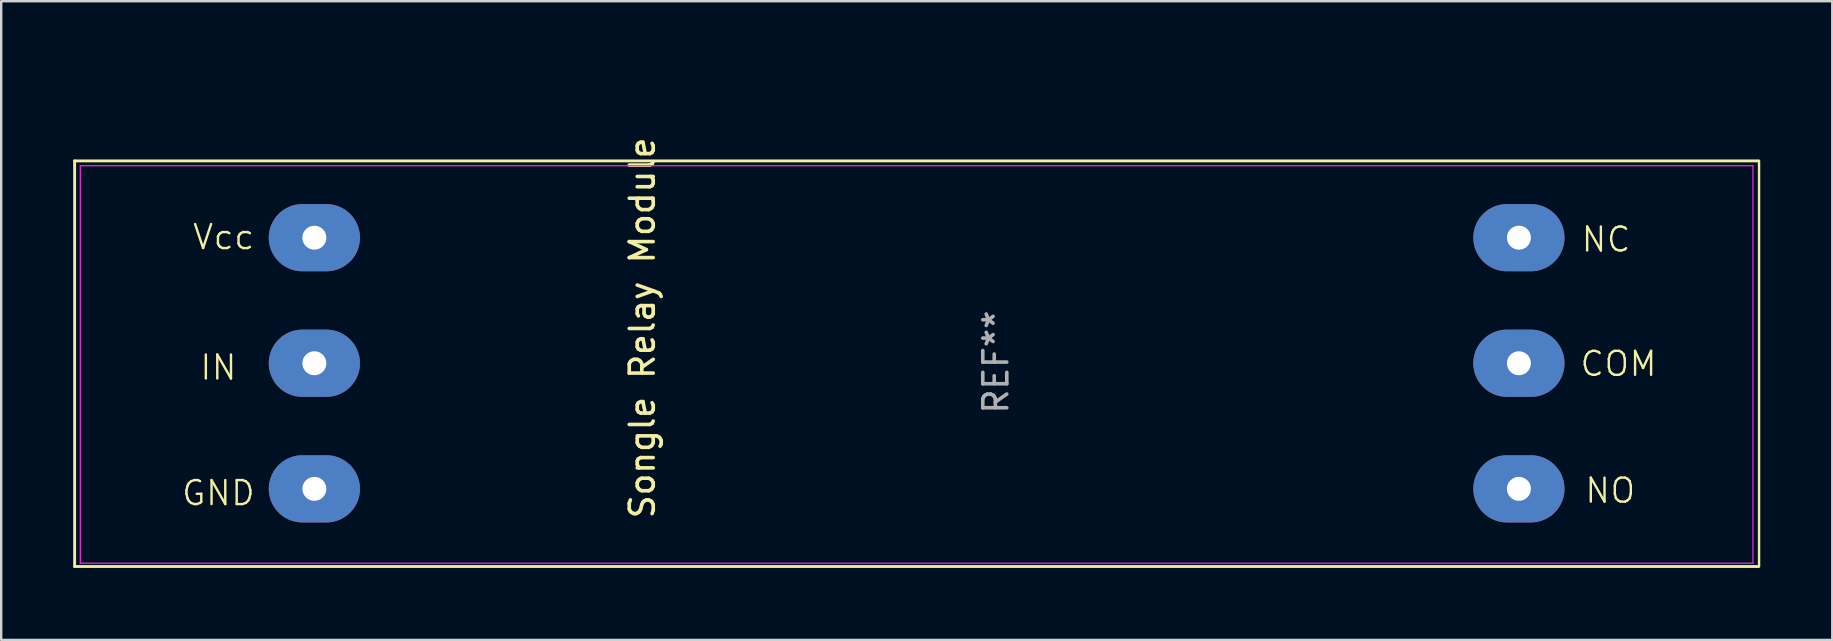
<source format=kicad_pcb>
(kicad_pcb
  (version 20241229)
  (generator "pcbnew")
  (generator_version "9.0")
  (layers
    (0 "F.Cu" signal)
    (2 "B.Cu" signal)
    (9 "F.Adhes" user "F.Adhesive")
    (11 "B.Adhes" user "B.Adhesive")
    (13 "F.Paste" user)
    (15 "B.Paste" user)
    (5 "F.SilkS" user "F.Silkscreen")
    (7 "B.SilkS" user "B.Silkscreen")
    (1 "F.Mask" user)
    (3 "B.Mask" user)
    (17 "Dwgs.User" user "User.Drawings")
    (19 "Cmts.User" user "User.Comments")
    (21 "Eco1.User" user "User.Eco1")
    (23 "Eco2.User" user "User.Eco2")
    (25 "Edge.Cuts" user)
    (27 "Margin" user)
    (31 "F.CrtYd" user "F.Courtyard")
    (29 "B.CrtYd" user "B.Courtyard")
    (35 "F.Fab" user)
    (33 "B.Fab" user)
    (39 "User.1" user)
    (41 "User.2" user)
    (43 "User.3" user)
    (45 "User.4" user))
  (footprint "Songle Relay Module"
    (layer "F.Cu")
    (at 15.688 0.25)
    (property "Reference" "Songle Relay Module" (at 8.026 10.363 90) (layer "F.SilkS") (effects (font (size 1 1) (thickness 0.15))))
    (attr through_hole)
    (fp_line (start -15.628 3.404) (end -15.628 20.304) (stroke (width 0.12) (type solid)) (layer "F.SilkS"))
    (fp_line (start -15.628 20.304) (end 54.532 20.304) (stroke (width 0.12) (type solid)) (layer "F.SilkS"))
    (fp_line (start 54.532 3.404) (end -15.628 3.404) (stroke (width 0.12) (type solid)) (layer "F.SilkS"))
    (fp_line (start 54.559 20.304) (end 54.559 3.404) (stroke (width 0.1) (type default)) (layer "F.SilkS"))
    (fp_line (start -15.392 3.607) (end 54.305 3.607) (stroke (width 0.05) (type solid)) (layer "F.CrtYd"))
    (fp_line (start -15.392 20.168) (end -15.392 3.607) (stroke (width 0.05) (type solid)) (layer "F.CrtYd"))
    (fp_line (start 54.305 3.607) (end 54.305 20.167) (stroke (width 0.05) (type solid)) (layer "F.CrtYd"))
    (fp_line (start 54.305 20.168) (end -15.392 20.168) (stroke (width 0.05) (type solid)) (layer "F.CrtYd"))
    (fp_text user "Vcc" (at -10.77 7.163 0) (unlocked yes) (layer "F.SilkS") (effects (font (size 1 1) (thickness 0.1)) (justify left bottom)))
    (fp_text user "NO" (at 47.244 17.729 0) (unlocked yes) (layer "F.SilkS") (effects (font (size 1 1) (thickness 0.1)) (justify left bottom)))
    (fp_text user "COM" (at 47.041 12.446 0) (unlocked yes) (layer "F.SilkS") (effects (font (size 1 1) (thickness 0.1)) (justify left bottom)))
    (fp_text user "GND" (at -11.227 17.831 0) (unlocked yes) (layer "F.SilkS") (effects (font (size 1 1) (thickness 0.1)) (justify left bottom)))
    (fp_text user "NC" (at 47.092 7.264 0) (unlocked yes) (layer "F.SilkS") (effects (font (size 1 1) (thickness 0.1)) (justify left bottom)))
    (fp_text user "IN" (at -10.465 12.598 0) (unlocked yes) (layer "F.SilkS") (effects (font (size 1 1) (thickness 0.1)) (justify left bottom)))
    (fp_text user "REF**" (at 22.758 11.786 90) (layer "F.Fab") (effects (font (size 1 1) (thickness 0.15))))
    (pad "1" thru_hole oval (at -5.639 6.604) (size 3.8 2.8) (drill 1) (layers "*.Cu" "*.Mask"))
    (pad "2" thru_hole oval (at -5.639 11.836) (size 3.8 2.8) (drill 1) (layers "*.Cu" "*.Mask"))
    (pad "3" thru_hole oval (at -5.639 17.069) (size 3.8 2.8) (drill 1) (layers "*.Cu" "*.Mask"))
    (pad "4" thru_hole oval (at 44.552 6.604) (size 3.8 2.8) (drill 1) (layers "*.Cu" "*.Mask"))
    (pad "5" thru_hole oval (at 44.552 11.836) (size 3.8 2.8) (drill 1) (layers "*.Cu" "*.Mask"))
    (pad "6" thru_hole oval (at 44.552 17.069) (size 3.8 2.8) (drill 1) (layers "*.Cu" "*.Mask")))
  (gr_rect
    (start -3 -3)
    (end 73.297 23.614)
    (stroke (width 0.1) (type default))
    (fill no)
    (layer "Edge.Cuts")))
</source>
